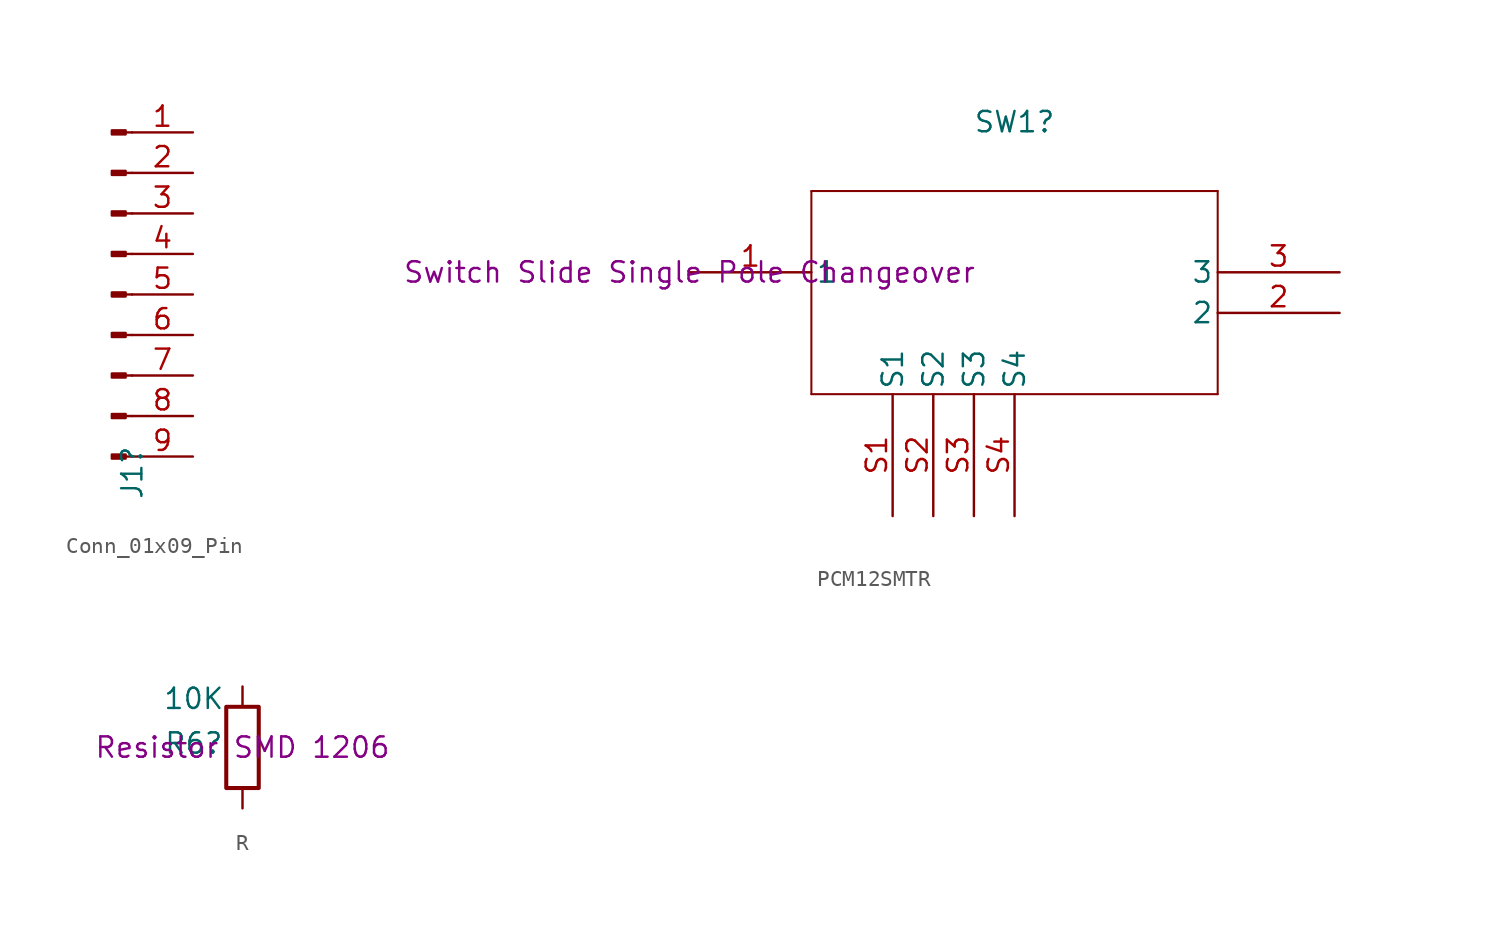
<source format=kicad_sym>
(kicad_symbol_lib
  (version 20241209)
  (generator "kicad_symbol_editor")
  (generator_version "9.0")
  (symbol "Conn_01x09_Pin"
    (pin_names
      (offset 1.016)
      (hide yes))
    (property "Reference" "J1"
      (at 1.27 -11.176 90)
      (effects (font (size 1.27 1.27))))
    (property "Description" ""
      (at 0 0 0)
      (effects (font (size 1.27 1.27))))
    (property "ki_locked" ""
      (at 0 0 0)
      (effects (font (size 1.27 1.27))))
    (symbol "Conn_01x09_Pin_1_1"
      (rectangle (start 0.864 10.287) (end 0 10.033) (stroke (width 0.152) (type default)) (fill (type outline)))
      (rectangle (start 0.864 7.747) (end 0 7.493) (stroke (width 0.152) (type default)) (fill (type outline)))
      (rectangle (start 0.864 5.207) (end 0 4.953) (stroke (width 0.152) (type default)) (fill (type outline)))
      (rectangle (start 0.864 2.667) (end 0 2.413) (stroke (width 0.152) (type default)) (fill (type outline)))
      (rectangle (start 0.864 0.127) (end 0 -0.127) (stroke (width 0.152) (type default)) (fill (type outline)))
      (rectangle (start 0.864 -2.413) (end 0 -2.667) (stroke (width 0.152) (type default)) (fill (type outline)))
      (rectangle (start 0.864 -4.953) (end 0 -5.207) (stroke (width 0.152) (type default)) (fill (type outline)))
      (rectangle (start 0.864 -7.493) (end 0 -7.747) (stroke (width 0.152) (type default)) (fill (type outline)))
      (rectangle (start 0.864 -10.033) (end 0 -10.287) (stroke (width 0.152) (type default)) (fill (type outline)))
      (polyline (pts (xy 1.27 10.16) (xy 0.864 10.16)) (stroke (width 0.152) (type default)) (fill (type none)))
      (polyline (pts (xy 1.27 7.62) (xy 0.864 7.62)) (stroke (width 0.152) (type default)) (fill (type none)))
      (polyline (pts (xy 1.27 5.08) (xy 0.864 5.08)) (stroke (width 0.152) (type default)) (fill (type none)))
      (polyline (pts (xy 1.27 2.54) (xy 0.864 2.54)) (stroke (width 0.152) (type default)) (fill (type none)))
      (polyline (pts (xy 1.27 0) (xy 0.864 0)) (stroke (width 0.152) (type default)) (fill (type none)))
      (polyline (pts (xy 1.27 -2.54) (xy 0.864 -2.54)) (stroke (width 0.152) (type default)) (fill (type none)))
      (polyline (pts (xy 1.27 -5.08) (xy 0.864 -5.08)) (stroke (width 0.152) (type default)) (fill (type none)))
      (polyline (pts (xy 1.27 -7.62) (xy 0.864 -7.62)) (stroke (width 0.152) (type default)) (fill (type none)))
      (polyline (pts (xy 1.27 -10.16) (xy 0.864 -10.16)) (stroke (width 0.152) (type default)) (fill (type none)))
      (pin passive line (at 5.08 10.16 180) (length 3.81) (name "Pin_1" (effects (font (size 1.27 1.27)))) (number "1" (effects (font (size 1.27 1.27)))))
      (pin passive line (at 5.08 7.62 180) (length 3.81) (name "Pin_2" (effects (font (size 1.27 1.27)))) (number "2" (effects (font (size 1.27 1.27)))))
      (pin passive line (at 5.08 5.08 180) (length 3.81) (name "Pin_3" (effects (font (size 1.27 1.27)))) (number "3" (effects (font (size 1.27 1.27)))))
      (pin passive line (at 5.08 2.54 180) (length 3.81) (name "Pin_4" (effects (font (size 1.27 1.27)))) (number "4" (effects (font (size 1.27 1.27)))))
      (pin passive line (at 5.08 0 180) (length 3.81) (name "Pin_5" (effects (font (size 1.27 1.27)))) (number "5" (effects (font (size 1.27 1.27)))))
      (pin passive line (at 5.08 -2.54 180) (length 3.81) (name "Pin_6" (effects (font (size 1.27 1.27)))) (number "6" (effects (font (size 1.27 1.27)))))
      (pin passive line (at 5.08 -5.08 180) (length 3.81) (name "Pin_7" (effects (font (size 1.27 1.27)))) (number "7" (effects (font (size 1.27 1.27)))))
      (pin passive line (at 5.08 -7.62 180) (length 3.81) (name "Pin_8" (effects (font (size 1.27 1.27)))) (number "8" (effects (font (size 1.27 1.27)))))
      (pin passive line (at 5.08 -10.16 180) (length 3.81) (name "Pin_9" (effects (font (size 1.27 1.27)))) (number "9" (effects (font (size 1.27 1.27)))))))
  (symbol "PCM12SMTR"
    (pin_names
      (offset 0.254))
    (property "Reference" "SW1"
      (at 20.32 9.398 0)
      (effects (font (size 1.27 1.27))))
    (property "Description" "Switch Slide Single Pole Changeover"
      (at 0 0 0)
      (effects (font (size 1.27 1.27))))
    (property "ki_locked" ""
      (at 0 0 0)
      (effects (font (size 1.27 1.27))))
    (symbol "PCM12SMTR_0_1"
      (polyline (pts (xy 7.62 5.08) (xy 7.62 -7.62)) (stroke (width 0.127) (type default)) (fill (type none)))
      (polyline (pts (xy 7.62 -7.62) (xy 33.02 -7.62)) (stroke (width 0.127) (type default)) (fill (type none)))
      (polyline (pts (xy 33.02 5.08) (xy 7.62 5.08)) (stroke (width 0.127) (type default)) (fill (type none)))
      (polyline (pts (xy 33.02 -7.62) (xy 33.02 5.08)) (stroke (width 0.127) (type default)) (fill (type none)))
      (pin unspecified line (at 0 0 0) (length 7.62) (name "1" (effects (font (size 1.27 1.27)))) (number "1" (effects (font (size 1.27 1.27)))))
      (pin unspecified line (at 40.64 0 180) (length 7.62) (name "3" (effects (font (size 1.27 1.27)))) (number "3" (effects (font (size 1.27 1.27)))))
      (pin unspecified line (at 40.64 -2.54 180) (length 7.62) (name "2" (effects (font (size 1.27 1.27)))) (number "2" (effects (font (size 1.27 1.27))))))
    (symbol "PCM12SMTR_1_1"
      (pin power_in line (at 12.7 -15.24 90) (length 7.62) (name "S1" (effects (font (size 1.27 1.27)))) (number "S1" (effects (font (size 1.27 1.27)))))
      (pin power_in line (at 15.24 -15.24 90) (length 7.62) (name "S2" (effects (font (size 1.27 1.27)))) (number "S2" (effects (font (size 1.27 1.27)))))
      (pin power_in line (at 17.78 -15.24 90) (length 7.62) (name "S3" (effects (font (size 1.27 1.27)))) (number "S3" (effects (font (size 1.27 1.27)))))
      (pin power_in line (at 20.32 -15.24 90) (length 7.62) (name "S4" (effects (font (size 1.27 1.27)))) (number "S4" (effects (font (size 1.27 1.27)))))))
  (symbol "R"
    (pin_numbers
      (hide yes))
    (pin_names
      (offset 0))
    (property "Reference" "R6"
      (at -3.048 0.254 0)
      (effects (font (size 1.27 1.27))))
    (property "Value" "10K"
      (at -3.048 3.048 0)
      (effects (font (size 1.27 1.27))))
    (property "Description" "Resistor SMD 1206"
      (at 0 0 0)
      (effects (font (size 1.27 1.27))))
    (symbol "R_0_1"
      (rectangle (start -1.016 -2.54) (end 1.016 2.54) (stroke (width 0.254) (type default)) (fill (type none))))
    (symbol "R_1_1"
      (pin passive line (at 0 3.81 270) (length 1.27) (name "~" (effects (font (size 1.27 1.27)))) (number "1" (effects (font (size 1.27 1.27)))))
      (pin passive line (at 0 -3.81 90) (length 1.27) (name "~" (effects (font (size 1.27 1.27)))) (number "2" (effects (font (size 1.27 1.27))))))))
</source>
